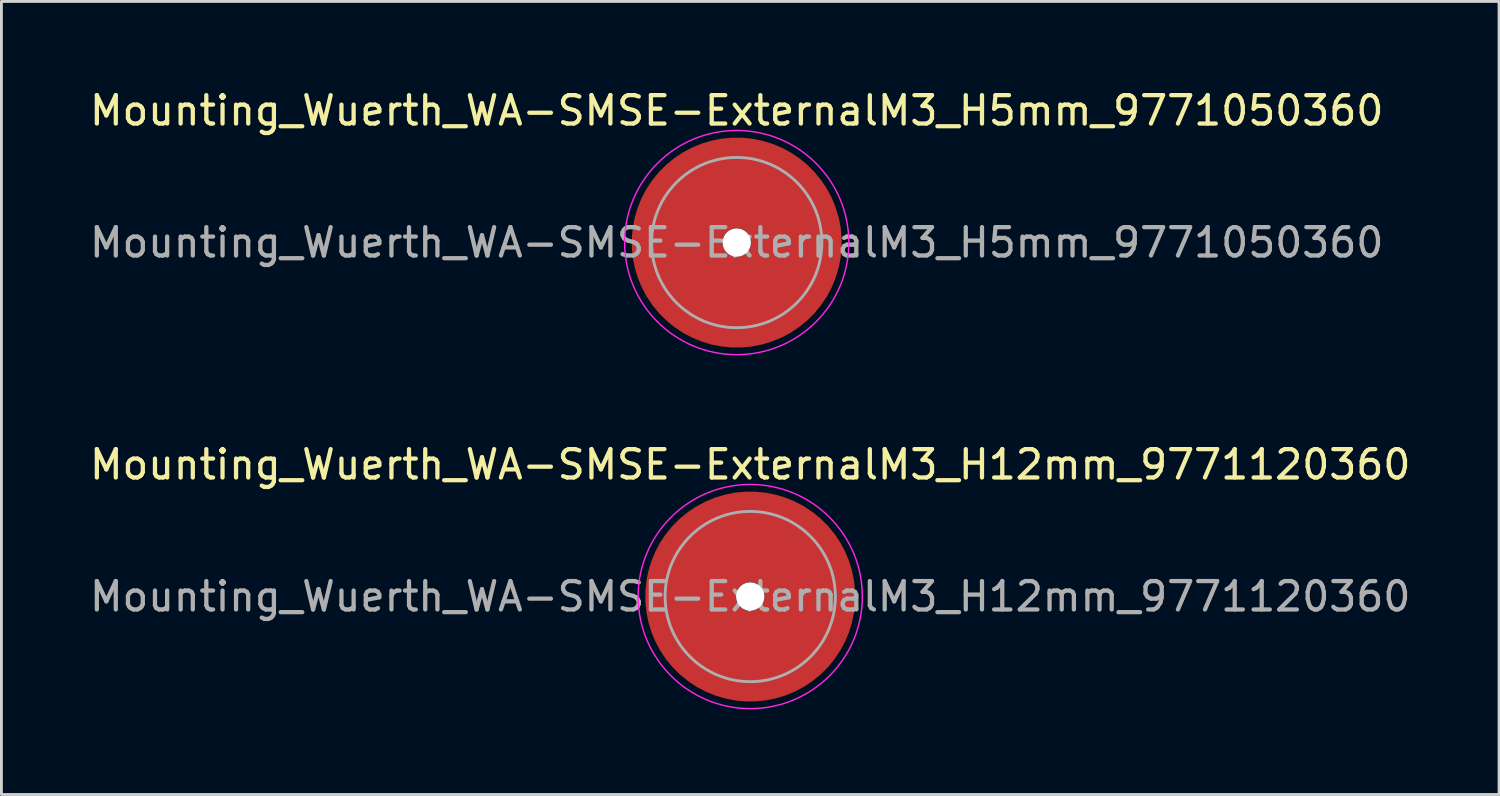
<source format=kicad_pcb>
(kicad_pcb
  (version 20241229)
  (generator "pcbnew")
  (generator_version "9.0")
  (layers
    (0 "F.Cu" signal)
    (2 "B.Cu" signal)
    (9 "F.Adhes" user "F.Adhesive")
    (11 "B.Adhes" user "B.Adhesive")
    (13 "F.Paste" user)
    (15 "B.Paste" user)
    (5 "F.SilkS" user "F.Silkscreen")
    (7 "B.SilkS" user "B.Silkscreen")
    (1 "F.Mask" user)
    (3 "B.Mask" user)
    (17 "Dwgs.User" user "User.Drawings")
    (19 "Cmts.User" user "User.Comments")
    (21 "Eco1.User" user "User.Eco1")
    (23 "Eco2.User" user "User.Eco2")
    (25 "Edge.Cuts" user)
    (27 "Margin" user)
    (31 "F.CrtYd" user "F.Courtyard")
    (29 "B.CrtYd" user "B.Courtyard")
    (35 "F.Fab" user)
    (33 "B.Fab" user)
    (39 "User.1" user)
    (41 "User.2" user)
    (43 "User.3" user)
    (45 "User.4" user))
  (footprint "Mounting_Wuerth_WA-SMSE-ExternalM3_H12mm_9771120360"
    (layer "F.Cu")
    (at 23.387 17.971)
    (property "Reference" "Mounting_Wuerth_WA-SMSE-ExternalM3_H12mm_9771120360" (at 0 -4.65 0) (layer "F.SilkS") (effects (font (size 1 1) (thickness 0.15))))
    (property "Mouser Part no." "" (at 0 0 0) (layer "F.Fab") (effects (font (size 1.27 1.27) (thickness 0.15))))
    (property "Mouser link" "" (at 0 0 0) (layer "F.Fab") (effects (font (size 1.27 1.27) (thickness 0.15))))
    (attr smd)
    (fp_circle (center 0 0) (end 3.95 0) (stroke (width 0.05) (type solid)) (fill no) (layer "F.CrtYd"))
    (fp_circle (center 0 0) (end 3 0) (stroke (width 0.1) (type solid)) (fill no) (layer "F.Fab"))
    (fp_text user "${REFERENCE}" (at 0 0 0) (layer "F.Fab") (effects (font (size 1 1) (thickness 0.15))))
    (pad "" smd custom (at 0 -2.1) (size 2.6 2.6) (layers "F.Paste") (options (anchor circle)) (primitives (gr_arc (start -0.305123 1.47) (mid -0.000513 1.4) (end 0.3042 1.469554) (width 0.2)) (gr_arc (start -0.493052 1.47) (mid -0.000664 1.3) (end 0.492006 1.469183) (width 0.2)) (gr_arc (start -0.642729 1.47) (mid -0.000361 1.2) (end 0.642223 1.469484) (width 0.2)) (gr_arc (start -0.776595 1.47) (mid -0.00087 1.1) (end 0.775497 1.468649) (width 0.2)) (gr_arc (start -0.901721 1.47) (mid -0.00018 1) (end 0.901515 1.469705) (width 0.2)) (gr_arc (start -1.021323 1.47) (mid -0.000665 0.9) (end 1.020624 1.468868) (width 0.2)) (gr_arc (start -1.137146 1.47) (mid -0.000289 0.8) (end 1.136866 1.469495) (width 0.2)) (gr_arc (start -1.25024 1.47) (mid -0.000155 0.7) (end 1.250101 1.469724) (width 0.2)) (gr_arc (start -1.361286 1.47) (mid -0.000403 0.6) (end 1.360947 1.469268) (width 0.2)) (gr_arc (start -1.470748 1.47) (mid -0.000334 0.5) (end 1.470485 1.469386) (width 0.2)) (gr_arc (start -1.578955 1.47) (mid -0.001427 0.400001) (end 1.577895 1.46735) (width 0.2)) (gr_arc (start -1.686149 1.47) (mid -0.000398 0.3) (end 1.68587 1.469254) (width 0.2)) (gr_arc (start -1.792512 1.47) (mid -0.001173 0.200001) (end 1.791733 1.467788) (width 0.2)) (gr_arc (start -1.898183 1.47) (mid -0.001368 0.100001) (end 1.89732 1.467404) (width 0.2)) (gr_arc (start -2.003272 1.47) (mid -0.001554 0.000001) (end 2.002338 1.467036) (width 0.2)) (gr_arc (start -2.107866 1.47) (mid -0.00037 -0.1) (end 2.107654 1.469292) (width 0.2)) (gr_arc (start -2.212035 1.47) (mid -0.00011 -0.2) (end 2.211975 1.469788) (width 0.2)) (gr_arc (start -2.315837 1.47) (mid -0.001322 -0.3) (end 2.315142 1.46745) (width 0.2)) (gr_arc (start -2.419318 1.47) (mid -0.000179 -0.4) (end 2.419228 1.469653) (width 0.2)) (gr_arc (start -2.522519 1.47) (mid -0.001235 -0.5) (end 2.521919 1.467604) (width 0.2)) (gr_arc (start -2.625471 1.47) (mid -0.000311 -0.6) (end 2.625326 1.469395) (width 0.2)) (gr_arc (start -2.728205 1.47) (mid -0.002303 -0.7) (end 2.727165 1.465513) (width 0.2)) (gr_arc (start -2.830742 1.47) (mid -0.000149 -0.8) (end 2.830677 1.469709) (width 0.2)) (gr_arc (start -2.933104 1.47) (mid -0.001447 -0.899999) (end 2.932495 1.46717) (width 0.2)) (gr_arc (start -3.035309 1.47) (mid -0.001317 -1) (end 3.034773 1.467421) (width 0.2)) (gr_arc (start -3.137372 1.47) (mid -0.002554 -1.099999) (end 3.136362 1.464993) (width 0.2)) (gr_arc (start -3.239305 1.47) (mid -0.002543 -1.199999) (end 3.23833 1.465008) (width 0.2)) (gr_arc (start -3.341123 1.47) (mid -0.001289 -1.3) (end 3.340644 1.467467) (width 0.2)) (gr_arc (start -3.442833 1.47) (mid -0.001847 -1.399999) (end 3.442166 1.466366) (width 0.2)) (gr_line (start 0.305 1.47) (end 3.443 1.47) (width 0.2)) (gr_line (start -0.305 1.47) (end -3.443 1.47) (width 0.2))))
    (pad "" np_thru_hole circle (at 0 0) (size 1 1) (drill 1) (layers "*.Cu" "*.Mask"))
    (pad "" smd custom (at 0 2.1) (size 2.6 2.6) (layers "F.Paste") (options (anchor circle)) (primitives (gr_arc (start 0.305123 -1.47) (mid 0.000513 -1.4) (end -0.3042 -1.469554) (width 0.2)) (gr_arc (start 0.493052 -1.47) (mid 0.000664 -1.3) (end -0.492006 -1.469183) (width 0.2)) (gr_arc (start 0.642729 -1.47) (mid 0.000361 -1.2) (end -0.642223 -1.469484) (width 0.2)) (gr_arc (start 0.776595 -1.47) (mid 0.00087 -1.1) (end -0.775497 -1.468649) (width 0.2)) (gr_arc (start 0.901721 -1.47) (mid 0.00018 -1) (end -0.901515 -1.469705) (width 0.2)) (gr_arc (start 1.021323 -1.47) (mid 0.000665 -0.9) (end -1.020624 -1.468868) (width 0.2)) (gr_arc (start 1.137146 -1.47) (mid 0.000289 -0.8) (end -1.136866 -1.469495) (width 0.2)) (gr_arc (start 1.25024 -1.47) (mid 0.000155 -0.7) (end -1.250101 -1.469724) (width 0.2)) (gr_arc (start 1.361286 -1.47) (mid 0.000403 -0.6) (end -1.360947 -1.469268) (width 0.2)) (gr_arc (start 1.470748 -1.47) (mid 0.000334 -0.5) (end -1.470485 -1.469386) (width 0.2)) (gr_arc (start 1.578955 -1.47) (mid 0.001427 -0.400001) (end -1.577895 -1.46735) (width 0.2)) (gr_arc (start 1.686149 -1.47) (mid 0.000398 -0.3) (end -1.68587 -1.469254) (width 0.2)) (gr_arc (start 1.792512 -1.47) (mid 0.001173 -0.200001) (end -1.791733 -1.467788) (width 0.2)) (gr_arc (start 1.898183 -1.47) (mid 0.001368 -0.100001) (end -1.89732 -1.467404) (width 0.2)) (gr_arc (start 2.003272 -1.47) (mid 0.001554 -0.000001) (end -2.002338 -1.467036) (width 0.2)) (gr_arc (start 2.107866 -1.47) (mid 0.00037 0.1) (end -2.107654 -1.469292) (width 0.2)) (gr_arc (start 2.212035 -1.47) (mid 0.00011 0.2) (end -2.211975 -1.469788) (width 0.2)) (gr_arc (start 2.315837 -1.47) (mid 0.001322 0.3) (end -2.315142 -1.46745) (width 0.2)) (gr_arc (start 2.419318 -1.47) (mid 0.000179 0.4) (end -2.419228 -1.469653) (width 0.2)) (gr_arc (start 2.522519 -1.47) (mid 0.001235 0.5) (end -2.521919 -1.467604) (width 0.2)) (gr_arc (start 2.625471 -1.47) (mid 0.000311 0.6) (end -2.625326 -1.469395) (width 0.2)) (gr_arc (start 2.728205 -1.47) (mid 0.002303 0.7) (end -2.727165 -1.465513) (width 0.2)) (gr_arc (start 2.830742 -1.47) (mid 0.000149 0.8) (end -2.830677 -1.469709) (width 0.2)) (gr_arc (start 2.933104 -1.47) (mid 0.001447 0.899999) (end -2.932495 -1.46717) (width 0.2)) (gr_arc (start 3.035309 -1.47) (mid 0.001317 1) (end -3.034773 -1.467421) (width 0.2)) (gr_arc (start 3.137372 -1.47) (mid 0.002554 1.099999) (end -3.136362 -1.464993) (width 0.2)) (gr_arc (start 3.239305 -1.47) (mid 0.002543 1.199999) (end -3.23833 -1.465008) (width 0.2)) (gr_arc (start 3.341123 -1.47) (mid 0.001289 1.3) (end -3.340644 -1.467467) (width 0.2)) (gr_arc (start 3.442833 -1.47) (mid 0.001847 1.399999) (end -3.442166 -1.466366) (width 0.2)) (gr_line (start -0.305 -1.47) (end -3.443 -1.47) (width 0.2)) (gr_line (start 0.305 -1.47) (end 3.443 -1.47) (width 0.2))))
    (pad "1" smd circle (at -2.1 0) (size 2.8 2.8) (layers "F.Cu"))
    (pad "1" smd circle (at 0 -2.1) (size 2.8 2.8) (layers "F.Cu"))
    (pad "1" smd circle (at 0 2.1) (size 2.8 2.8) (layers "F.Cu"))
    (pad "1" smd custom (at 2.1 0) (size 2.8 2.8) (layers "F.Cu" "F.Mask") (options (anchor circle)) (primitives (gr_circle (center -2.1 0) (end 0 0) (width 3.2) (fill no)))))
  (footprint "Mounting_Wuerth_WA-SMSE-ExternalM3_H5mm_9771050360"
    (layer "F.Cu")
    (at 22.911 5.498)
    (property "Reference" "Mounting_Wuerth_WA-SMSE-ExternalM3_H5mm_9771050360" (at 0 -4.65 0) (layer "F.SilkS") (effects (font (size 1 1) (thickness 0.15))))
    (property "Mouser Part no." "" (at 0 0 0) (layer "F.Fab") (effects (font (size 1.27 1.27) (thickness 0.15))))
    (property "Mouser link" "" (at 0 0 0) (layer "F.Fab") (effects (font (size 1.27 1.27) (thickness 0.15))))
    (attr smd)
    (fp_circle (center 0 0) (end 3.95 0) (stroke (width 0.05) (type solid)) (fill no) (layer "F.CrtYd"))
    (fp_circle (center 0 0) (end 3 0) (stroke (width 0.1) (type solid)) (fill no) (layer "F.Fab"))
    (fp_text user "${REFERENCE}" (at 0 0 0) (layer "F.Fab") (effects (font (size 1 1) (thickness 0.15))))
    (pad "" smd custom (at 0 -2.1) (size 2.6 2.6) (layers "F.Paste") (options (anchor circle)) (primitives (gr_arc (start -0.305123 1.47) (mid -0.000513 1.4) (end 0.3042 1.469554) (width 0.2)) (gr_arc (start -0.493052 1.47) (mid -0.000664 1.3) (end 0.492006 1.469183) (width 0.2)) (gr_arc (start -0.642729 1.47) (mid -0.000361 1.2) (end 0.642223 1.469484) (width 0.2)) (gr_arc (start -0.776595 1.47) (mid -0.00087 1.1) (end 0.775497 1.468649) (width 0.2)) (gr_arc (start -0.901721 1.47) (mid -0.00018 1) (end 0.901515 1.469705) (width 0.2)) (gr_arc (start -1.021323 1.47) (mid -0.000665 0.9) (end 1.020624 1.468868) (width 0.2)) (gr_arc (start -1.137146 1.47) (mid -0.000289 0.8) (end 1.136866 1.469495) (width 0.2)) (gr_arc (start -1.25024 1.47) (mid -0.000155 0.7) (end 1.250101 1.469724) (width 0.2)) (gr_arc (start -1.361286 1.47) (mid -0.000403 0.6) (end 1.360947 1.469268) (width 0.2)) (gr_arc (start -1.470748 1.47) (mid -0.000334 0.5) (end 1.470485 1.469386) (width 0.2)) (gr_arc (start -1.578955 1.47) (mid -0.001427 0.400001) (end 1.577895 1.46735) (width 0.2)) (gr_arc (start -1.686149 1.47) (mid -0.000398 0.3) (end 1.68587 1.469254) (width 0.2)) (gr_arc (start -1.792512 1.47) (mid -0.001173 0.200001) (end 1.791733 1.467788) (width 0.2)) (gr_arc (start -1.898183 1.47) (mid -0.001368 0.100001) (end 1.89732 1.467404) (width 0.2)) (gr_arc (start -2.003272 1.47) (mid -0.001554 0.000001) (end 2.002338 1.467036) (width 0.2)) (gr_arc (start -2.107866 1.47) (mid -0.00037 -0.1) (end 2.107654 1.469292) (width 0.2)) (gr_arc (start -2.212035 1.47) (mid -0.00011 -0.2) (end 2.211975 1.469788) (width 0.2)) (gr_arc (start -2.315837 1.47) (mid -0.001322 -0.3) (end 2.315142 1.46745) (width 0.2)) (gr_arc (start -2.419318 1.47) (mid -0.000179 -0.4) (end 2.419228 1.469653) (width 0.2)) (gr_arc (start -2.522519 1.47) (mid -0.001235 -0.5) (end 2.521919 1.467604) (width 0.2)) (gr_arc (start -2.625471 1.47) (mid -0.000311 -0.6) (end 2.625326 1.469395) (width 0.2)) (gr_arc (start -2.728205 1.47) (mid -0.002303 -0.7) (end 2.727165 1.465513) (width 0.2)) (gr_arc (start -2.830742 1.47) (mid -0.000149 -0.8) (end 2.830677 1.469709) (width 0.2)) (gr_arc (start -2.933104 1.47) (mid -0.001447 -0.899999) (end 2.932495 1.46717) (width 0.2)) (gr_arc (start -3.035309 1.47) (mid -0.001317 -1) (end 3.034773 1.467421) (width 0.2)) (gr_arc (start -3.137372 1.47) (mid -0.002554 -1.099999) (end 3.136362 1.464993) (width 0.2)) (gr_arc (start -3.239305 1.47) (mid -0.002543 -1.199999) (end 3.23833 1.465008) (width 0.2)) (gr_arc (start -3.341123 1.47) (mid -0.001289 -1.3) (end 3.340644 1.467467) (width 0.2)) (gr_arc (start -3.442833 1.47) (mid -0.001847 -1.399999) (end 3.442166 1.466366) (width 0.2)) (gr_line (start 0.305 1.47) (end 3.443 1.47) (width 0.2)) (gr_line (start -0.305 1.47) (end -3.443 1.47) (width 0.2))))
    (pad "" np_thru_hole circle (at 0 0) (size 1 1) (drill 1) (layers "*.Cu" "*.Mask"))
    (pad "" smd custom (at 0 2.1) (size 2.6 2.6) (layers "F.Paste") (options (anchor circle)) (primitives (gr_arc (start 0.305123 -1.47) (mid 0.000513 -1.4) (end -0.3042 -1.469554) (width 0.2)) (gr_arc (start 0.493052 -1.47) (mid 0.000664 -1.3) (end -0.492006 -1.469183) (width 0.2)) (gr_arc (start 0.642729 -1.47) (mid 0.000361 -1.2) (end -0.642223 -1.469484) (width 0.2)) (gr_arc (start 0.776595 -1.47) (mid 0.00087 -1.1) (end -0.775497 -1.468649) (width 0.2)) (gr_arc (start 0.901721 -1.47) (mid 0.00018 -1) (end -0.901515 -1.469705) (width 0.2)) (gr_arc (start 1.021323 -1.47) (mid 0.000665 -0.9) (end -1.020624 -1.468868) (width 0.2)) (gr_arc (start 1.137146 -1.47) (mid 0.000289 -0.8) (end -1.136866 -1.469495) (width 0.2)) (gr_arc (start 1.25024 -1.47) (mid 0.000155 -0.7) (end -1.250101 -1.469724) (width 0.2)) (gr_arc (start 1.361286 -1.47) (mid 0.000403 -0.6) (end -1.360947 -1.469268) (width 0.2)) (gr_arc (start 1.470748 -1.47) (mid 0.000334 -0.5) (end -1.470485 -1.469386) (width 0.2)) (gr_arc (start 1.578955 -1.47) (mid 0.001427 -0.400001) (end -1.577895 -1.46735) (width 0.2)) (gr_arc (start 1.686149 -1.47) (mid 0.000398 -0.3) (end -1.68587 -1.469254) (width 0.2)) (gr_arc (start 1.792512 -1.47) (mid 0.001173 -0.200001) (end -1.791733 -1.467788) (width 0.2)) (gr_arc (start 1.898183 -1.47) (mid 0.001368 -0.100001) (end -1.89732 -1.467404) (width 0.2)) (gr_arc (start 2.003272 -1.47) (mid 0.001554 -0.000001) (end -2.002338 -1.467036) (width 0.2)) (gr_arc (start 2.107866 -1.47) (mid 0.00037 0.1) (end -2.107654 -1.469292) (width 0.2)) (gr_arc (start 2.212035 -1.47) (mid 0.00011 0.2) (end -2.211975 -1.469788) (width 0.2)) (gr_arc (start 2.315837 -1.47) (mid 0.001322 0.3) (end -2.315142 -1.46745) (width 0.2)) (gr_arc (start 2.419318 -1.47) (mid 0.000179 0.4) (end -2.419228 -1.469653) (width 0.2)) (gr_arc (start 2.522519 -1.47) (mid 0.001235 0.5) (end -2.521919 -1.467604) (width 0.2)) (gr_arc (start 2.625471 -1.47) (mid 0.000311 0.6) (end -2.625326 -1.469395) (width 0.2)) (gr_arc (start 2.728205 -1.47) (mid 0.002303 0.7) (end -2.727165 -1.465513) (width 0.2)) (gr_arc (start 2.830742 -1.47) (mid 0.000149 0.8) (end -2.830677 -1.469709) (width 0.2)) (gr_arc (start 2.933104 -1.47) (mid 0.001447 0.899999) (end -2.932495 -1.46717) (width 0.2)) (gr_arc (start 3.035309 -1.47) (mid 0.001317 1) (end -3.034773 -1.467421) (width 0.2)) (gr_arc (start 3.137372 -1.47) (mid 0.002554 1.099999) (end -3.136362 -1.464993) (width 0.2)) (gr_arc (start 3.239305 -1.47) (mid 0.002543 1.199999) (end -3.23833 -1.465008) (width 0.2)) (gr_arc (start 3.341123 -1.47) (mid 0.001289 1.3) (end -3.340644 -1.467467) (width 0.2)) (gr_arc (start 3.442833 -1.47) (mid 0.001847 1.399999) (end -3.442166 -1.466366) (width 0.2)) (gr_line (start -0.305 -1.47) (end -3.443 -1.47) (width 0.2)) (gr_line (start 0.305 -1.47) (end 3.443 -1.47) (width 0.2))))
    (pad "1" smd circle (at -2.1 0) (size 2.8 2.8) (layers "F.Cu"))
    (pad "1" smd circle (at 0 -2.1) (size 2.8 2.8) (layers "F.Cu"))
    (pad "1" smd circle (at 0 2.1) (size 2.8 2.8) (layers "F.Cu"))
    (pad "1" smd custom (at 2.1 0) (size 2.8 2.8) (layers "F.Cu" "F.Mask") (options (anchor circle)) (primitives (gr_circle (center -2.1 0) (end 0 0) (width 3.2) (fill no)))))
  (gr_rect
    (start -3 -3)
    (end 49.774 24.947)
    (stroke (width 0.1) (type default))
    (fill no)
    (layer "Edge.Cuts")))
</source>
